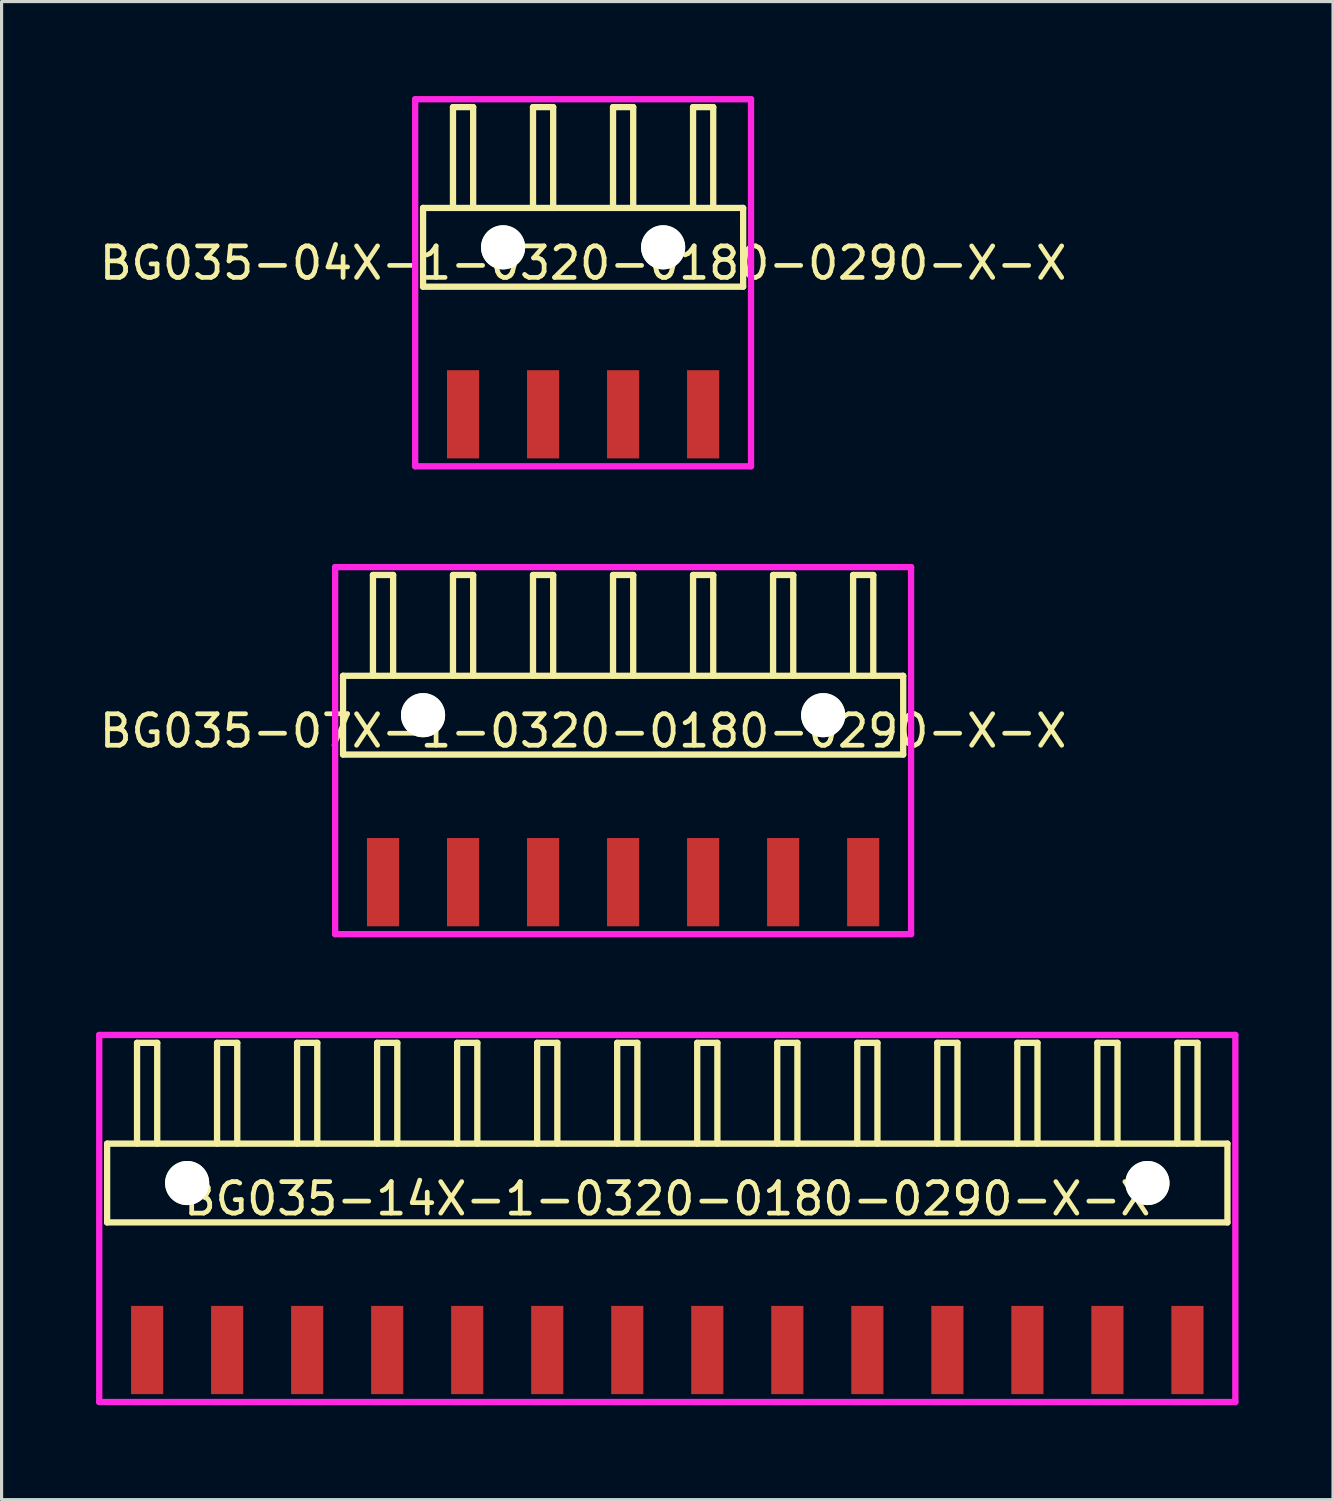
<source format=kicad_pcb>
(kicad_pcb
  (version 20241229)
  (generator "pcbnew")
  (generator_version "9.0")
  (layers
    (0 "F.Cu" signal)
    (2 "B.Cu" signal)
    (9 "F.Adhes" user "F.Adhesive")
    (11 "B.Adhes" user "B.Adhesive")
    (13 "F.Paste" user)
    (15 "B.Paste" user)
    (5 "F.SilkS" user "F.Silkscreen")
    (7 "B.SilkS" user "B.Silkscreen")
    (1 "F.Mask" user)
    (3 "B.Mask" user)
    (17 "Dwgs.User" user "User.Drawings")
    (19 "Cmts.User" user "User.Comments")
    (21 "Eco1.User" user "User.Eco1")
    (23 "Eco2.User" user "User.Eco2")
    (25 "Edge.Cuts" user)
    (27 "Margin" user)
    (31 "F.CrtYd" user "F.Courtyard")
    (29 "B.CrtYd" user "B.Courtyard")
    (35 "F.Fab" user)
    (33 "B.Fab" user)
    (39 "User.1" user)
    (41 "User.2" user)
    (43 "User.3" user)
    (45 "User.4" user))
  (footprint "BG035-14X-1-0320-0180-0290-X-X"
    (layer "F.Cu")
    (at 18.13 34.5)
    (property "Reference" "BG035-14X-1-0320-0180-0290-X-X" (at 0 0.5 0) (layer "F.SilkS") (effects (font (size 1 1) (thickness 0.15))))
    (attr through_hole)
    (fp_line (start -17.78 -1.25) (end 17.78 -1.25) (stroke (width 0.2) (type solid)) (layer "F.SilkS"))
    (fp_line (start -17.78 1.25) (end -17.78 -1.25) (stroke (width 0.2) (type solid)) (layer "F.SilkS"))
    (fp_line (start -17.78 1.25) (end 17.78 1.25) (stroke (width 0.2) (type solid)) (layer "F.SilkS"))
    (fp_line (start -16.83 -4.45) (end -16.19 -4.45) (stroke (width 0.2) (type solid)) (layer "F.SilkS"))
    (fp_line (start -16.83 -1.25) (end -16.83 -4.45) (stroke (width 0.2) (type solid)) (layer "F.SilkS"))
    (fp_line (start -16.19 -4.45) (end -16.19 -1.25) (stroke (width 0.2) (type solid)) (layer "F.SilkS"))
    (fp_line (start -14.29 -4.45) (end -13.65 -4.45) (stroke (width 0.2) (type solid)) (layer "F.SilkS"))
    (fp_line (start -14.29 -1.25) (end -14.29 -4.45) (stroke (width 0.2) (type solid)) (layer "F.SilkS"))
    (fp_line (start -13.65 -4.45) (end -13.65 -1.25) (stroke (width 0.2) (type solid)) (layer "F.SilkS"))
    (fp_line (start -11.75 -4.45) (end -11.11 -4.45) (stroke (width 0.2) (type solid)) (layer "F.SilkS"))
    (fp_line (start -11.75 -1.25) (end -11.75 -4.45) (stroke (width 0.2) (type solid)) (layer "F.SilkS"))
    (fp_line (start -11.11 -4.45) (end -11.11 -1.25) (stroke (width 0.2) (type solid)) (layer "F.SilkS"))
    (fp_line (start -9.21 -4.45) (end -8.57 -4.45) (stroke (width 0.2) (type solid)) (layer "F.SilkS"))
    (fp_line (start -9.21 -1.25) (end -9.21 -4.45) (stroke (width 0.2) (type solid)) (layer "F.SilkS"))
    (fp_line (start -8.57 -4.45) (end -8.57 -1.25) (stroke (width 0.2) (type solid)) (layer "F.SilkS"))
    (fp_line (start -6.67 -4.45) (end -6.03 -4.45) (stroke (width 0.2) (type solid)) (layer "F.SilkS"))
    (fp_line (start -6.67 -1.25) (end -6.67 -4.45) (stroke (width 0.2) (type solid)) (layer "F.SilkS"))
    (fp_line (start -6.03 -4.45) (end -6.03 -1.25) (stroke (width 0.2) (type solid)) (layer "F.SilkS"))
    (fp_line (start -4.13 -4.45) (end -3.49 -4.45) (stroke (width 0.2) (type solid)) (layer "F.SilkS"))
    (fp_line (start -4.13 -1.25) (end -4.13 -4.45) (stroke (width 0.2) (type solid)) (layer "F.SilkS"))
    (fp_line (start -3.49 -4.45) (end -3.49 -1.25) (stroke (width 0.2) (type solid)) (layer "F.SilkS"))
    (fp_line (start -1.59 -4.45) (end -0.95 -4.45) (stroke (width 0.2) (type solid)) (layer "F.SilkS"))
    (fp_line (start -1.59 -1.25) (end -1.59 -4.45) (stroke (width 0.2) (type solid)) (layer "F.SilkS"))
    (fp_line (start -0.95 -4.45) (end -0.95 -1.25) (stroke (width 0.2) (type solid)) (layer "F.SilkS"))
    (fp_line (start 0.95 -4.45) (end 1.59 -4.45) (stroke (width 0.2) (type solid)) (layer "F.SilkS"))
    (fp_line (start 0.95 -1.25) (end 0.95 -4.45) (stroke (width 0.2) (type solid)) (layer "F.SilkS"))
    (fp_line (start 1.59 -4.45) (end 1.59 -1.25) (stroke (width 0.2) (type solid)) (layer "F.SilkS"))
    (fp_line (start 3.49 -4.45) (end 4.13 -4.45) (stroke (width 0.2) (type solid)) (layer "F.SilkS"))
    (fp_line (start 3.49 -1.25) (end 3.49 -4.45) (stroke (width 0.2) (type solid)) (layer "F.SilkS"))
    (fp_line (start 4.13 -4.45) (end 4.13 -1.25) (stroke (width 0.2) (type solid)) (layer "F.SilkS"))
    (fp_line (start 6.03 -4.45) (end 6.67 -4.45) (stroke (width 0.2) (type solid)) (layer "F.SilkS"))
    (fp_line (start 6.03 -1.25) (end 6.03 -4.45) (stroke (width 0.2) (type solid)) (layer "F.SilkS"))
    (fp_line (start 6.67 -4.45) (end 6.67 -1.25) (stroke (width 0.2) (type solid)) (layer "F.SilkS"))
    (fp_line (start 8.57 -4.45) (end 9.21 -4.45) (stroke (width 0.2) (type solid)) (layer "F.SilkS"))
    (fp_line (start 8.57 -1.25) (end 8.57 -4.45) (stroke (width 0.2) (type solid)) (layer "F.SilkS"))
    (fp_line (start 9.21 -4.45) (end 9.21 -1.25) (stroke (width 0.2) (type solid)) (layer "F.SilkS"))
    (fp_line (start 11.11 -4.45) (end 11.75 -4.45) (stroke (width 0.2) (type solid)) (layer "F.SilkS"))
    (fp_line (start 11.11 -1.25) (end 11.11 -4.45) (stroke (width 0.2) (type solid)) (layer "F.SilkS"))
    (fp_line (start 11.75 -4.45) (end 11.75 -1.25) (stroke (width 0.2) (type solid)) (layer "F.SilkS"))
    (fp_line (start 13.65 -4.45) (end 14.29 -4.45) (stroke (width 0.2) (type solid)) (layer "F.SilkS"))
    (fp_line (start 13.65 -1.25) (end 13.65 -4.45) (stroke (width 0.2) (type solid)) (layer "F.SilkS"))
    (fp_line (start 14.29 -4.45) (end 14.29 -1.25) (stroke (width 0.2) (type solid)) (layer "F.SilkS"))
    (fp_line (start 16.19 -4.45) (end 16.83 -4.45) (stroke (width 0.2) (type solid)) (layer "F.SilkS"))
    (fp_line (start 16.19 -1.25) (end 16.19 -4.45) (stroke (width 0.2) (type solid)) (layer "F.SilkS"))
    (fp_line (start 16.83 -4.45) (end 16.83 -1.25) (stroke (width 0.2) (type solid)) (layer "F.SilkS"))
    (fp_line (start 17.78 1.25) (end 17.78 -1.25) (stroke (width 0.2) (type solid)) (layer "F.SilkS"))
    (fp_line (start -18.03 -4.7) (end 18.03 -4.7) (stroke (width 0.2) (type solid)) (layer "F.CrtYd"))
    (fp_line (start -18.03 6.95) (end -18.03 -4.7) (stroke (width 0.2) (type solid)) (layer "F.CrtYd"))
    (fp_line (start 18.03 -4.7) (end 18.03 6.95) (stroke (width 0.2) (type solid)) (layer "F.CrtYd"))
    (fp_line (start 18.03 6.95) (end -18.03 6.95) (stroke (width 0.2) (type solid)) (layer "F.CrtYd"))
    (pad "" np_thru_hole circle (at -15.24 0) (size 1.4 1.4) (drill 1.4) (layers "*.Cu" "*.Mask" "F.SilkS"))
    (pad "" np_thru_hole circle (at 15.24 0) (size 1.4 1.4) (drill 1.4) (layers "*.Cu" "*.Mask" "F.SilkS"))
    (pad "1" smd rect (at -16.51 5.3) (size 1.02 2.8) (layers "F.Cu" "F.Mask" "F.Paste"))
    (pad "2" smd rect (at -13.97 5.3) (size 1.02 2.8) (layers "F.Cu" "F.Mask" "F.Paste"))
    (pad "3" smd rect (at -11.43 5.3) (size 1.02 2.8) (layers "F.Cu" "F.Mask" "F.Paste"))
    (pad "4" smd rect (at -8.89 5.3) (size 1.02 2.8) (layers "F.Cu" "F.Mask" "F.Paste"))
    (pad "5" smd rect (at -6.35 5.3) (size 1.02 2.8) (layers "F.Cu" "F.Mask" "F.Paste"))
    (pad "6" smd rect (at -3.81 5.3) (size 1.02 2.8) (layers "F.Cu" "F.Mask" "F.Paste"))
    (pad "7" smd rect (at -1.27 5.3) (size 1.02 2.8) (layers "F.Cu" "F.Mask" "F.Paste"))
    (pad "8" smd rect (at 1.27 5.3) (size 1.02 2.8) (layers "F.Cu" "F.Mask" "F.Paste"))
    (pad "9" smd rect (at 3.81 5.3) (size 1.02 2.8) (layers "F.Cu" "F.Mask" "F.Paste"))
    (pad "10" smd rect (at 6.35 5.3) (size 1.02 2.8) (layers "F.Cu" "F.Mask" "F.Paste"))
    (pad "11" smd rect (at 8.89 5.3) (size 1.02 2.8) (layers "F.Cu" "F.Mask" "F.Paste"))
    (pad "12" smd rect (at 11.43 5.3) (size 1.02 2.8) (layers "F.Cu" "F.Mask" "F.Paste"))
    (pad "13" smd rect (at 13.97 5.3) (size 1.02 2.8) (layers "F.Cu" "F.Mask" "F.Paste"))
    (pad "14" smd rect (at 16.51 5.3) (size 1.02 2.8) (layers "F.Cu" "F.Mask" "F.Paste")))
  (footprint "BG035-04X-1-0320-0180-0290-X-X"
    (layer "F.Cu")
    (at 15.458 4.8)
    (property "Reference" "BG035-04X-1-0320-0180-0290-X-X" (at 0 0.5 0) (layer "F.SilkS") (effects (font (size 1 1) (thickness 0.15))))
    (attr through_hole)
    (fp_line (start -5.08 -1.25) (end 5.08 -1.25) (stroke (width 0.2) (type solid)) (layer "F.SilkS"))
    (fp_line (start -5.08 1.25) (end -5.08 -1.25) (stroke (width 0.2) (type solid)) (layer "F.SilkS"))
    (fp_line (start -5.08 1.25) (end 5.08 1.25) (stroke (width 0.2) (type solid)) (layer "F.SilkS"))
    (fp_line (start -4.13 -4.45) (end -3.49 -4.45) (stroke (width 0.2) (type solid)) (layer "F.SilkS"))
    (fp_line (start -4.13 -1.25) (end -4.13 -4.45) (stroke (width 0.2) (type solid)) (layer "F.SilkS"))
    (fp_line (start -3.49 -4.45) (end -3.49 -1.25) (stroke (width 0.2) (type solid)) (layer "F.SilkS"))
    (fp_line (start -1.59 -4.45) (end -0.95 -4.45) (stroke (width 0.2) (type solid)) (layer "F.SilkS"))
    (fp_line (start -1.59 -1.25) (end -1.59 -4.45) (stroke (width 0.2) (type solid)) (layer "F.SilkS"))
    (fp_line (start -0.95 -4.45) (end -0.95 -1.25) (stroke (width 0.2) (type solid)) (layer "F.SilkS"))
    (fp_line (start 0.95 -4.45) (end 1.59 -4.45) (stroke (width 0.2) (type solid)) (layer "F.SilkS"))
    (fp_line (start 0.95 -1.25) (end 0.95 -4.45) (stroke (width 0.2) (type solid)) (layer "F.SilkS"))
    (fp_line (start 1.59 -4.45) (end 1.59 -1.25) (stroke (width 0.2) (type solid)) (layer "F.SilkS"))
    (fp_line (start 3.49 -4.45) (end 4.13 -4.45) (stroke (width 0.2) (type solid)) (layer "F.SilkS"))
    (fp_line (start 3.49 -1.25) (end 3.49 -4.45) (stroke (width 0.2) (type solid)) (layer "F.SilkS"))
    (fp_line (start 4.13 -4.45) (end 4.13 -1.25) (stroke (width 0.2) (type solid)) (layer "F.SilkS"))
    (fp_line (start 5.08 1.25) (end 5.08 -1.25) (stroke (width 0.2) (type solid)) (layer "F.SilkS"))
    (fp_line (start -5.33 -4.7) (end 5.33 -4.7) (stroke (width 0.2) (type solid)) (layer "F.CrtYd"))
    (fp_line (start -5.33 6.95) (end -5.33 -4.7) (stroke (width 0.2) (type solid)) (layer "F.CrtYd"))
    (fp_line (start 5.33 -4.7) (end 5.33 6.95) (stroke (width 0.2) (type solid)) (layer "F.CrtYd"))
    (fp_line (start 5.33 6.95) (end -5.33 6.95) (stroke (width 0.2) (type solid)) (layer "F.CrtYd"))
    (pad "" np_thru_hole circle (at -2.54 0) (size 1.4 1.4) (drill 1.4) (layers "*.Cu" "*.Mask" "F.SilkS"))
    (pad "" np_thru_hole circle (at 2.54 0) (size 1.4 1.4) (drill 1.4) (layers "*.Cu" "*.Mask" "F.SilkS"))
    (pad "1" smd rect (at -3.81 5.3) (size 1.02 2.8) (layers "F.Cu" "F.Mask" "F.Paste"))
    (pad "2" smd rect (at -1.27 5.3) (size 1.02 2.8) (layers "F.Cu" "F.Mask" "F.Paste"))
    (pad "3" smd rect (at 1.27 5.3) (size 1.02 2.8) (layers "F.Cu" "F.Mask" "F.Paste"))
    (pad "4" smd rect (at 3.81 5.3) (size 1.02 2.8) (layers "F.Cu" "F.Mask" "F.Paste")))
  (footprint "BG035-07X-1-0320-0180-0290-X-X"
    (layer "F.Cu")
    (at 16.728 19.65)
    (property "Reference" "BG035-07X-1-0320-0180-0290-X-X" (at -1.27 0.5 0) (layer "F.SilkS") (effects (font (size 1 1) (thickness 0.15))))
    (attr through_hole)
    (fp_line (start -8.89 -1.25) (end 8.89 -1.25) (stroke (width 0.2) (type solid)) (layer "F.SilkS"))
    (fp_line (start -8.89 1.25) (end -8.89 -1.25) (stroke (width 0.2) (type solid)) (layer "F.SilkS"))
    (fp_line (start -8.89 1.25) (end 8.89 1.25) (stroke (width 0.2) (type solid)) (layer "F.SilkS"))
    (fp_line (start -7.94 -4.45) (end -7.3 -4.45) (stroke (width 0.2) (type solid)) (layer "F.SilkS"))
    (fp_line (start -7.94 -1.25) (end -7.94 -4.45) (stroke (width 0.2) (type solid)) (layer "F.SilkS"))
    (fp_line (start -7.3 -4.45) (end -7.3 -1.25) (stroke (width 0.2) (type solid)) (layer "F.SilkS"))
    (fp_line (start -5.4 -4.45) (end -4.76 -4.45) (stroke (width 0.2) (type solid)) (layer "F.SilkS"))
    (fp_line (start -5.4 -1.25) (end -5.4 -4.45) (stroke (width 0.2) (type solid)) (layer "F.SilkS"))
    (fp_line (start -4.76 -4.45) (end -4.76 -1.25) (stroke (width 0.2) (type solid)) (layer "F.SilkS"))
    (fp_line (start -2.86 -4.45) (end -2.22 -4.45) (stroke (width 0.2) (type solid)) (layer "F.SilkS"))
    (fp_line (start -2.86 -1.25) (end -2.86 -4.45) (stroke (width 0.2) (type solid)) (layer "F.SilkS"))
    (fp_line (start -2.22 -4.45) (end -2.22 -1.25) (stroke (width 0.2) (type solid)) (layer "F.SilkS"))
    (fp_line (start -0.32 -4.45) (end 0.32 -4.45) (stroke (width 0.2) (type solid)) (layer "F.SilkS"))
    (fp_line (start -0.32 -1.25) (end -0.32 -4.45) (stroke (width 0.2) (type solid)) (layer "F.SilkS"))
    (fp_line (start 0.32 -4.45) (end 0.32 -1.25) (stroke (width 0.2) (type solid)) (layer "F.SilkS"))
    (fp_line (start 2.22 -4.45) (end 2.86 -4.45) (stroke (width 0.2) (type solid)) (layer "F.SilkS"))
    (fp_line (start 2.22 -1.25) (end 2.22 -4.45) (stroke (width 0.2) (type solid)) (layer "F.SilkS"))
    (fp_line (start 2.86 -4.45) (end 2.86 -1.25) (stroke (width 0.2) (type solid)) (layer "F.SilkS"))
    (fp_line (start 4.76 -4.45) (end 5.4 -4.45) (stroke (width 0.2) (type solid)) (layer "F.SilkS"))
    (fp_line (start 4.76 -1.25) (end 4.76 -4.45) (stroke (width 0.2) (type solid)) (layer "F.SilkS"))
    (fp_line (start 5.4 -4.45) (end 5.4 -1.25) (stroke (width 0.2) (type solid)) (layer "F.SilkS"))
    (fp_line (start 7.3 -4.45) (end 7.94 -4.45) (stroke (width 0.2) (type solid)) (layer "F.SilkS"))
    (fp_line (start 7.3 -1.25) (end 7.3 -4.45) (stroke (width 0.2) (type solid)) (layer "F.SilkS"))
    (fp_line (start 7.94 -4.45) (end 7.94 -1.25) (stroke (width 0.2) (type solid)) (layer "F.SilkS"))
    (fp_line (start 8.89 1.25) (end 8.89 -1.25) (stroke (width 0.2) (type solid)) (layer "F.SilkS"))
    (fp_line (start -9.14 -4.7) (end 9.14 -4.7) (stroke (width 0.2) (type solid)) (layer "F.CrtYd"))
    (fp_line (start -9.14 6.95) (end -9.14 -4.7) (stroke (width 0.2) (type solid)) (layer "F.CrtYd"))
    (fp_line (start 9.14 -4.7) (end 9.14 6.95) (stroke (width 0.2) (type solid)) (layer "F.CrtYd"))
    (fp_line (start 9.14 6.95) (end -9.14 6.95) (stroke (width 0.2) (type solid)) (layer "F.CrtYd"))
    (pad "" np_thru_hole circle (at -6.35 0) (size 1.4 1.4) (drill 1.4) (layers "*.Cu" "*.Mask" "F.SilkS"))
    (pad "" np_thru_hole circle (at 6.35 0) (size 1.4 1.4) (drill 1.4) (layers "*.Cu" "*.Mask" "F.SilkS"))
    (pad "1" smd rect (at -7.62 5.3) (size 1.02 2.8) (layers "F.Cu" "F.Mask" "F.Paste"))
    (pad "2" smd rect (at -5.08 5.3) (size 1.02 2.8) (layers "F.Cu" "F.Mask" "F.Paste"))
    (pad "3" smd rect (at -2.54 5.3) (size 1.02 2.8) (layers "F.Cu" "F.Mask" "F.Paste"))
    (pad "4" smd rect (at 0 5.3) (size 1.02 2.8) (layers "F.Cu" "F.Mask" "F.Paste"))
    (pad "5" smd rect (at 2.54 5.3) (size 1.02 2.8) (layers "F.Cu" "F.Mask" "F.Paste"))
    (pad "6" smd rect (at 5.08 5.3) (size 1.02 2.8) (layers "F.Cu" "F.Mask" "F.Paste"))
    (pad "7" smd rect (at 7.62 5.3) (size 1.02 2.8) (layers "F.Cu" "F.Mask" "F.Paste")))
  (gr_rect
    (start -3 -3)
    (end 39.26 44.55)
    (stroke (width 0.1) (type default))
    (fill no)
    (layer "Edge.Cuts")))
</source>
